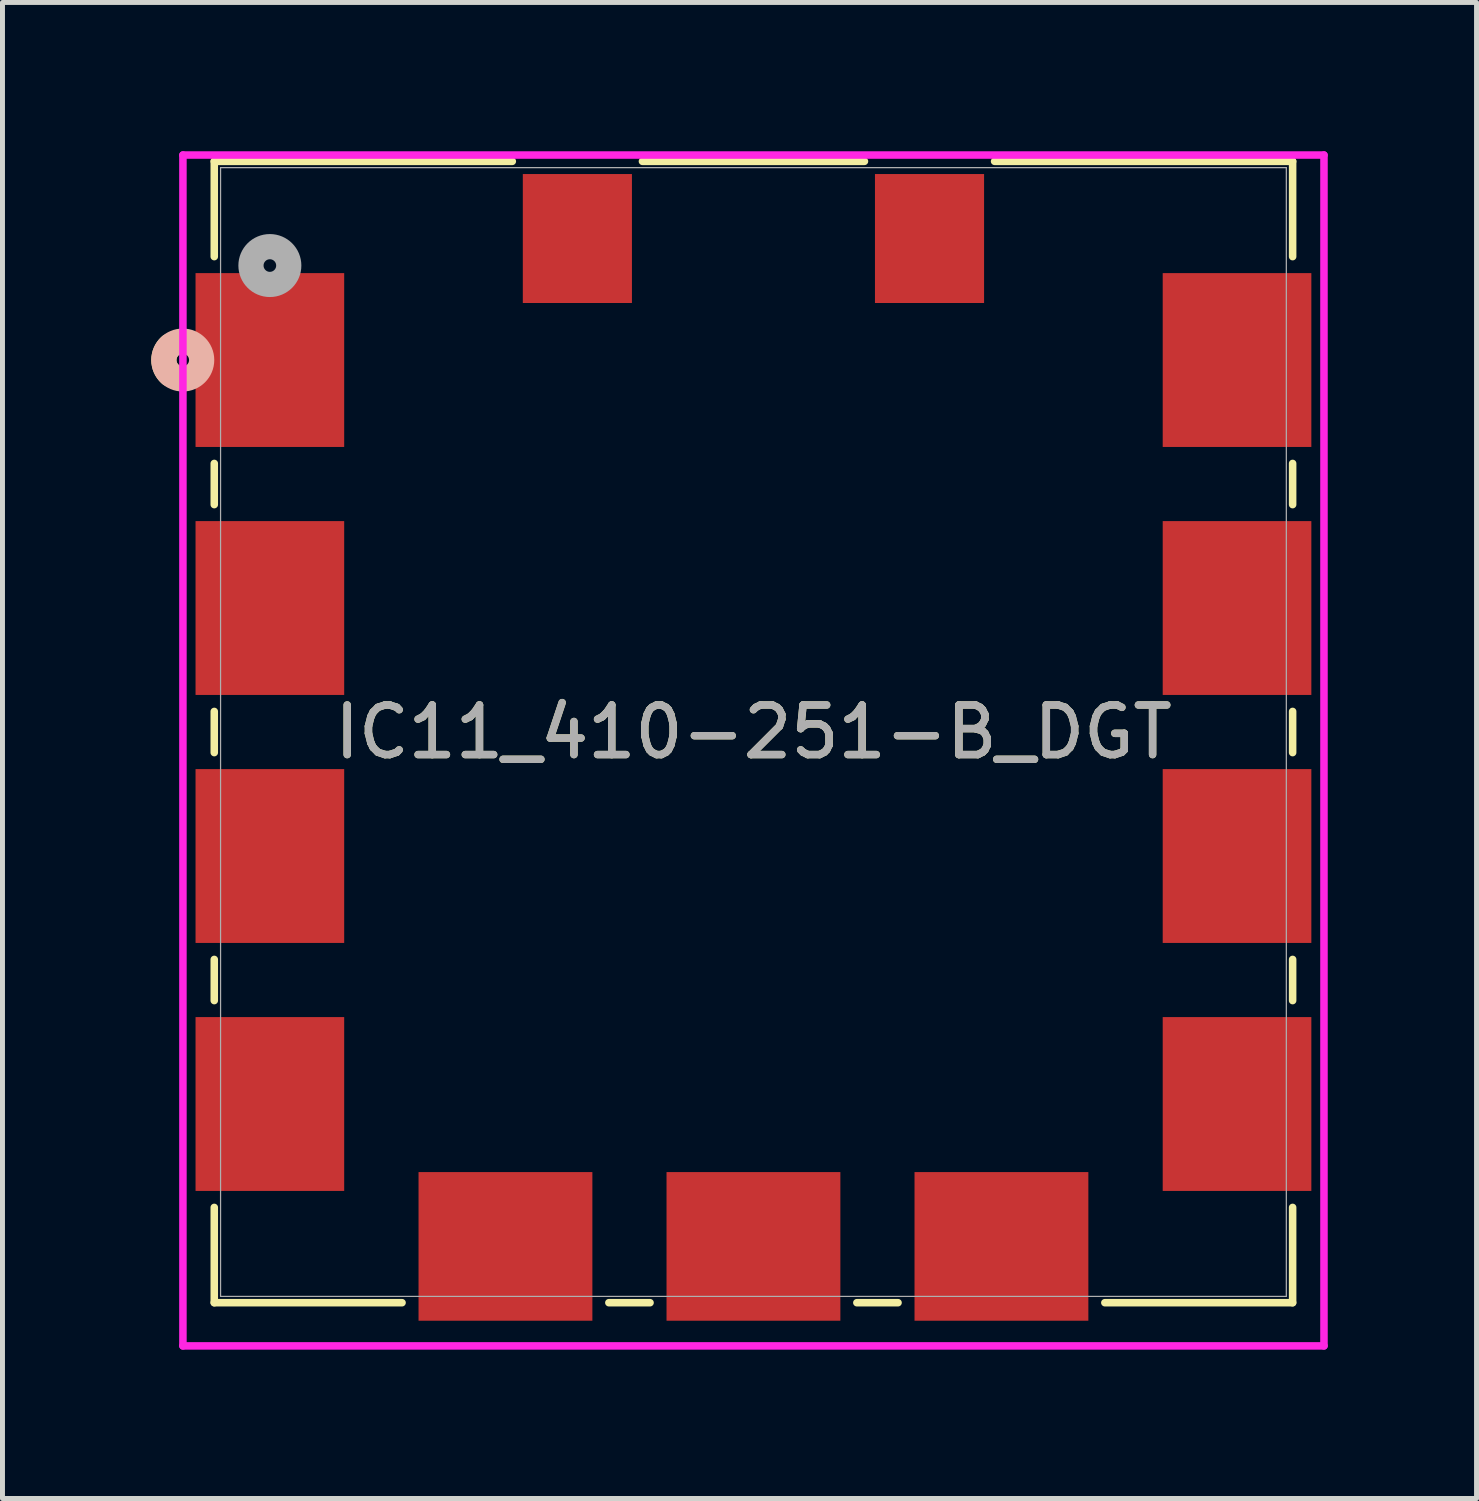
<source format=kicad_pcb>
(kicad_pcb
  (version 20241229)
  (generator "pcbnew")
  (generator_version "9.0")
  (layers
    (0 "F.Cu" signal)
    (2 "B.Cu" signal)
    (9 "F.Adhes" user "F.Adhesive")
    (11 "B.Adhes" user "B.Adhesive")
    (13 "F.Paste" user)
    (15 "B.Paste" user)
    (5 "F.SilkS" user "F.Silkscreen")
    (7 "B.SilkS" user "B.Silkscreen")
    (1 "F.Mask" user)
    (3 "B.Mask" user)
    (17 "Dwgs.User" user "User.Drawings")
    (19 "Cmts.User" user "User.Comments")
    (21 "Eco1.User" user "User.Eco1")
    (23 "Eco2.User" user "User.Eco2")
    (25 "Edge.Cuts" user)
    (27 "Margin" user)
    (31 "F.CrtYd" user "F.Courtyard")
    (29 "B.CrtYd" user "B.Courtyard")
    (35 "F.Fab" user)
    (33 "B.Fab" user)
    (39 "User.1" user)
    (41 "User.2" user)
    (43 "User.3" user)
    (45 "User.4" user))
  (footprint "IC11_410-251-B_DGT"
    (layer "F.Cu")
    (at 12.141 11.709)
    (property "Reference" "IC11_410-251-B_DGT" (at 0 0 0) (unlocked yes) (layer "F.SilkS") (effects (font (size 1 1) (thickness 0.15))))
    (attr smd)
    (fp_line (start -10.871 -11.506) (end -10.871 -9.585) (stroke (width 0.152) (type solid)) (layer "F.SilkS"))
    (fp_line (start -10.871 -5.415) (end -10.871 -4.585) (stroke (width 0.152) (type solid)) (layer "F.SilkS"))
    (fp_line (start -10.871 -0.415) (end -10.871 0.415) (stroke (width 0.152) (type solid)) (layer "F.SilkS"))
    (fp_line (start -10.871 4.585) (end -10.871 5.415) (stroke (width 0.152) (type solid)) (layer "F.SilkS"))
    (fp_line (start -10.871 9.585) (end -10.871 11.506) (stroke (width 0.152) (type solid)) (layer "F.SilkS"))
    (fp_line (start -10.871 11.506) (end -7.085 11.506) (stroke (width 0.152) (type solid)) (layer "F.SilkS"))
    (fp_line (start -4.862 -11.506) (end -10.871 -11.506) (stroke (width 0.152) (type solid)) (layer "F.SilkS"))
    (fp_line (start -2.915 11.506) (end -2.085 11.506) (stroke (width 0.152) (type solid)) (layer "F.SilkS"))
    (fp_line (start 2.085 11.506) (end 2.915 11.506) (stroke (width 0.152) (type solid)) (layer "F.SilkS"))
    (fp_line (start 2.238 -11.506) (end -2.238 -11.506) (stroke (width 0.152) (type solid)) (layer "F.SilkS"))
    (fp_line (start 7.085 11.506) (end 10.871 11.506) (stroke (width 0.152) (type solid)) (layer "F.SilkS"))
    (fp_line (start 10.871 -11.506) (end 4.862 -11.506) (stroke (width 0.152) (type solid)) (layer "F.SilkS"))
    (fp_line (start 10.871 -9.585) (end 10.871 -11.506) (stroke (width 0.152) (type solid)) (layer "F.SilkS"))
    (fp_line (start 10.871 -4.585) (end 10.871 -5.415) (stroke (width 0.152) (type solid)) (layer "F.SilkS"))
    (fp_line (start 10.871 0.415) (end 10.871 -0.415) (stroke (width 0.152) (type solid)) (layer "F.SilkS"))
    (fp_line (start 10.871 5.415) (end 10.871 4.585) (stroke (width 0.152) (type solid)) (layer "F.SilkS"))
    (fp_line (start 10.871 11.506) (end 10.871 9.585) (stroke (width 0.152) (type solid)) (layer "F.SilkS"))
    (fp_arc (start -11.759141 -7.215076) (mid -11.8872 -7.5) (end -11.759141 -7.784925) (stroke (width 0.508) (type solid)) (layer "F.SilkS"))
    (fp_circle (center -11.506 -7.5) (end -11.125 -7.5) (stroke (width 0.508) (type solid)) (fill no) (layer "B.SilkS"))
    (fp_line (start -11.503 -11.633) (end -11.503 12.377) (stroke (width 0.152) (type solid)) (layer "F.CrtYd"))
    (fp_line (start -11.503 12.377) (end 11.503 12.377) (stroke (width 0.152) (type solid)) (layer "F.CrtYd"))
    (fp_line (start 11.503 -11.633) (end -11.503 -11.633) (stroke (width 0.152) (type solid)) (layer "F.CrtYd"))
    (fp_line (start 11.503 12.377) (end 11.503 -11.633) (stroke (width 0.152) (type solid)) (layer "F.CrtYd"))
    (fp_line (start -10.744 -11.379) (end -10.744 11.379) (stroke (width 0.025) (type solid)) (layer "F.Fab"))
    (fp_line (start -10.744 11.379) (end 10.744 11.379) (stroke (width 0.025) (type solid)) (layer "F.Fab"))
    (fp_line (start 10.744 -11.379) (end -10.744 -11.379) (stroke (width 0.025) (type solid)) (layer "F.Fab"))
    (fp_line (start 10.744 11.379) (end 10.744 -11.379) (stroke (width 0.025) (type solid)) (layer "F.Fab"))
    (fp_circle (center -9.75 -9.405) (end -9.369 -9.405) (stroke (width 0.508) (type solid)) (fill no) (layer "F.Fab"))
    (fp_text user "${REFERENCE}" (at 0 0 0) (unlocked yes) (layer "F.Fab") (effects (font (size 1 1) (thickness 0.15))))
    (pad "1" smd rect (at -9.75 -7.5) (size 2.997 3.505) (layers "F.Cu" "F.Mask" "F.Paste"))
    (pad "2" smd rect (at -9.75 -2.5) (size 2.997 3.505) (layers "F.Cu" "F.Mask" "F.Paste"))
    (pad "3" smd rect (at -9.75 2.5) (size 2.997 3.505) (layers "F.Cu" "F.Mask" "F.Paste"))
    (pad "4" smd rect (at -9.75 7.5) (size 2.997 3.505) (layers "F.Cu" "F.Mask" "F.Paste"))
    (pad "5" smd rect (at -5 10.371 90) (size 2.997 3.505) (layers "F.Cu" "F.Mask" "F.Paste"))
    (pad "6" smd rect (at 0 10.371 90) (size 2.997 3.505) (layers "F.Cu" "F.Mask" "F.Paste"))
    (pad "7" smd rect (at 5 10.371 90) (size 2.997 3.505) (layers "F.Cu" "F.Mask" "F.Paste"))
    (pad "8" smd rect (at 9.75 7.5) (size 2.997 3.505) (layers "F.Cu" "F.Mask" "F.Paste"))
    (pad "9" smd rect (at 9.75 2.5) (size 2.997 3.505) (layers "F.Cu" "F.Mask" "F.Paste"))
    (pad "10" smd rect (at 9.75 -2.5) (size 2.997 3.505) (layers "F.Cu" "F.Mask" "F.Paste"))
    (pad "11" smd rect (at 9.75 -7.5) (size 2.997 3.505) (layers "F.Cu" "F.Mask" "F.Paste"))
    (pad "12" smd rect (at 3.55 -9.95 90) (size 2.6 2.2) (layers "F.Cu" "F.Mask" "F.Paste"))
    (pad "13" smd rect (at -3.55 -9.95 90) (size 2.6 2.2) (layers "F.Cu" "F.Mask" "F.Paste")))
  (gr_rect
    (start -3 -3)
    (end 26.72 27.163)
    (stroke (width 0.1) (type default))
    (fill no)
    (layer "Edge.Cuts")))
</source>
